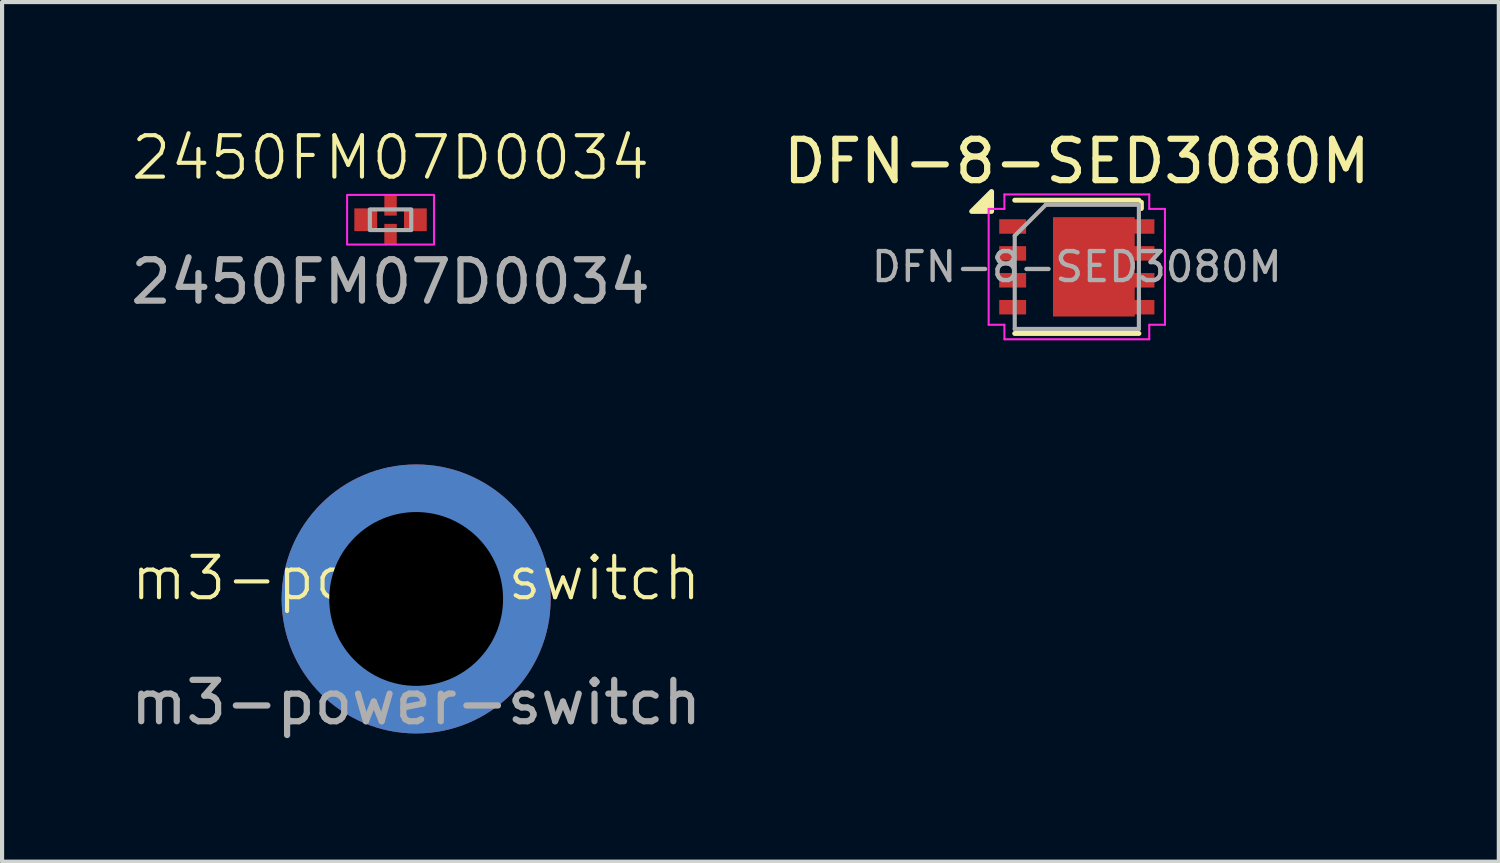
<source format=kicad_pcb>
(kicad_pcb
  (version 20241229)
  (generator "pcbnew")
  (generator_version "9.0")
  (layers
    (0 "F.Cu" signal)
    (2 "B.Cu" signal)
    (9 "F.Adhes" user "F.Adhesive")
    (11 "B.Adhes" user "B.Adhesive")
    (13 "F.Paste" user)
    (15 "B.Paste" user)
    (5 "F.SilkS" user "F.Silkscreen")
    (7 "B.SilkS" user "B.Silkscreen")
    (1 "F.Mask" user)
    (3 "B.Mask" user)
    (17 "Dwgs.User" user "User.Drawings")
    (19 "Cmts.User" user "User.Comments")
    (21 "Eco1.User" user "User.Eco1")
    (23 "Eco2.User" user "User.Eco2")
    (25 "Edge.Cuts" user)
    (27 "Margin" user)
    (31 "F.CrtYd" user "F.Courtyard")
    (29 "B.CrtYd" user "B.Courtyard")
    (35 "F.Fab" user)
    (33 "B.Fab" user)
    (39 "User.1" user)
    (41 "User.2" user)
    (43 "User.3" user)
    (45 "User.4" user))
  (footprint "m3-power-switch"
    (layer "F.Cu")
    (at 7.006 11.423)
    (property "Reference" "m3-power-switch" (at 0 -0.5 0) (unlocked yes) (layer "F.SilkS") (effects (font (size 1 1) (thickness 0.1))))
    (attr smd)
    (fp_text user "${REFERENCE}" (at 0 2.5 0) (unlocked yes) (layer "F.Fab") (effects (font (size 1 1) (thickness 0.15))))
    (pad "" np_thru_hole circle (at 0 0) (size 4.2 4.2) (drill 4.2) (layers "*.Mask"))
    (pad "1" smd circle (at 0 0) (size 6.5 6.5) (layers "F.Cu" "F.Mask"))
    (pad "2" smd circle (at 0 0) (size 6.5 6.5) (layers "B.Cu" "B.Mask")))
  (footprint "DFN-8-SED3080M"
    (layer "F.Cu")
    (at 22.97 3.398)
    (property "Reference" "DFN-8-SED3080M" (at 0 -2.55 0) (layer "F.SilkS") (effects (font (size 1 1) (thickness 0.15))))
    (attr smd)
    (fp_line (start -1.5 -1.61) (end 1.5 -1.61) (stroke (width 0.12) (type solid)) (layer "F.SilkS"))
    (fp_line (start -1.5 1.61) (end 1.5 1.61) (stroke (width 0.12) (type solid)) (layer "F.SilkS"))
    (fp_line (start 1.56 -1.56) (end 1.56 -1.41) (stroke (width 0.12) (type solid)) (layer "F.SilkS"))
    (fp_poly (pts (xy -2.06 -1.34) (xy -2.54 -1.34) (xy -2.06 -1.82) (xy -2.06 -1.34)) (stroke (width 0.12) (type solid)) (fill yes) (layer "F.SilkS"))
    (fp_line (start -2.13 -1.4) (end -2.13 1.4) (stroke (width 0.05) (type solid)) (layer "F.CrtYd"))
    (fp_line (start -1.75 -1.75) (end -1.75 -1.4) (stroke (width 0.05) (type solid)) (layer "F.CrtYd"))
    (fp_line (start -1.75 -1.75) (end 1.75 -1.75) (stroke (width 0.05) (type solid)) (layer "F.CrtYd"))
    (fp_line (start -1.75 -1.4) (end -2.13 -1.4) (stroke (width 0.05) (type solid)) (layer "F.CrtYd"))
    (fp_line (start -1.75 1.4) (end -2.13 1.4) (stroke (width 0.05) (type solid)) (layer "F.CrtYd"))
    (fp_line (start -1.75 1.75) (end -1.75 1.4) (stroke (width 0.05) (type solid)) (layer "F.CrtYd"))
    (fp_line (start -1.75 1.75) (end 1.75 1.75) (stroke (width 0.05) (type solid)) (layer "F.CrtYd"))
    (fp_line (start 1.75 -1.75) (end 1.75 -1.4) (stroke (width 0.05) (type solid)) (layer "F.CrtYd"))
    (fp_line (start 1.75 -1.4) (end 2.13 -1.4) (stroke (width 0.05) (type solid)) (layer "F.CrtYd"))
    (fp_line (start 1.75 1.4) (end 2.13 1.4) (stroke (width 0.05) (type solid)) (layer "F.CrtYd"))
    (fp_line (start 1.75 1.75) (end 1.75 1.4) (stroke (width 0.05) (type solid)) (layer "F.CrtYd"))
    (fp_line (start 2.13 -1.4) (end 2.13 1.4) (stroke (width 0.05) (type solid)) (layer "F.CrtYd"))
    (fp_line (start -1.5 -0.75) (end -0.75 -1.5) (stroke (width 0.1) (type solid)) (layer "F.Fab"))
    (fp_line (start -1.5 1.5) (end -1.5 -0.75) (stroke (width 0.1) (type solid)) (layer "F.Fab"))
    (fp_line (start -0.75 -1.5) (end 1.5 -1.5) (stroke (width 0.1) (type solid)) (layer "F.Fab"))
    (fp_line (start 1.5 -1.5) (end 1.5 1.5) (stroke (width 0.1) (type solid)) (layer "F.Fab"))
    (fp_line (start 1.5 1.5) (end -1.5 1.5) (stroke (width 0.1) (type solid)) (layer "F.Fab"))
    (fp_text user "${REFERENCE}" (at 0 0 0) (layer "F.Fab") (effects (font (size 0.7 0.7) (thickness 0.105))))
    (pad "" smd rect (at -0.2 -0.6) (size 0.6 1) (layers "F.Paste"))
    (pad "" smd rect (at -0.2 0.6) (size 0.6 1) (layers "F.Paste"))
    (pad "" smd rect (at 0.575 -0.6) (size 0.6 1) (layers "F.Paste"))
    (pad "" smd rect (at 0.575 0.6) (size 0.6 1) (layers "F.Paste"))
    (pad "1" smd rect (at -1.55 -0.975) (size 0.65 0.35) (layers "F.Cu" "F.Mask" "F.Paste"))
    (pad "2" smd rect (at -1.55 -0.325) (size 0.65 0.35) (layers "F.Cu" "F.Mask" "F.Paste"))
    (pad "3" smd rect (at -1.55 0.325) (size 0.65 0.35) (layers "F.Cu" "F.Mask" "F.Paste"))
    (pad "4" smd rect (at -1.55 0.975) (size 0.65 0.35) (layers "F.Cu" "F.Mask" "F.Paste"))
    (pad "5" smd rect (at 1.55 0.975) (size 0.65 0.35) (layers "F.Cu" "F.Mask" "F.Paste"))
    (pad "6" smd rect (at 1.55 0.325) (size 0.65 0.35) (layers "F.Cu" "F.Mask" "F.Paste"))
    (pad "7" smd rect (at 1.55 -0.325) (size 0.65 0.35) (layers "F.Cu" "F.Mask" "F.Paste"))
    (pad "8" smd rect (at 1.55 -0.975) (size 0.65 0.35) (layers "F.Cu" "F.Mask" "F.Paste"))
    (pad "9" smd rect (at 0.412 0) (size 1.975 2.4) (layers "F.Cu" "F.Mask")))
  (footprint "2450FM07D0034"
    (layer "F.Cu")
    (at 6.387 2.26)
    (property "Reference" "2450FM07D0034" (at 0 -1.5 0) (unlocked yes) (layer "F.SilkS") (effects (font (size 1 1) (thickness 0.1))))
    (attr smd)
    (fp_rect (start -1.05 -0.6) (end 1.05 0.6) (stroke (width 0.05) (type default)) (fill no) (layer "F.CrtYd"))
    (fp_rect (start -0.5 -0.25) (end 0.5 0.25) (stroke (width 0.1) (type default)) (fill no) (layer "F.Fab"))
    (fp_text user "${REFERENCE}" (at 0 1.5 0) (unlocked yes) (layer "F.Fab") (effects (font (size 1 1) (thickness 0.15))))
    (pad "1" smd rect (at -0.6 0) (size 0.55 0.55) (layers "F.Cu" "F.Mask" "F.Paste"))
    (pad "2" smd rect (at 0 0.35) (size 0.3 0.5) (layers "F.Cu" "F.Mask" "F.Paste"))
    (pad "3" smd rect (at 0.6 0) (size 0.55 0.55) (layers "F.Cu" "F.Mask" "F.Paste"))
    (pad "4" smd rect (at 0 -0.35) (size 0.3 0.5) (layers "F.Cu" "F.Mask" "F.Paste")))
  (gr_rect
    (start -3 -3)
    (end 33.167 17.771)
    (stroke (width 0.1) (type default))
    (fill no)
    (layer "Edge.Cuts")))
</source>
